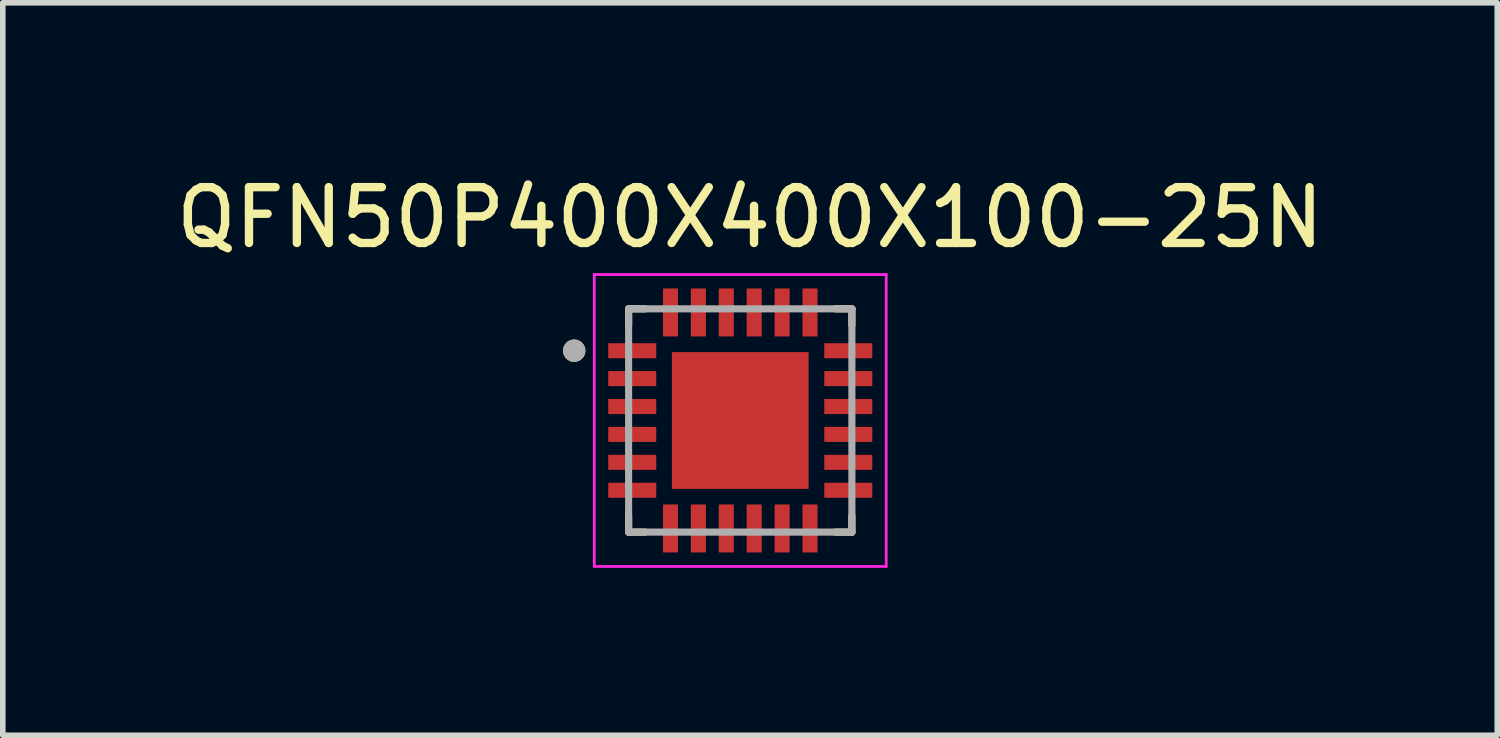
<source format=kicad_pcb>
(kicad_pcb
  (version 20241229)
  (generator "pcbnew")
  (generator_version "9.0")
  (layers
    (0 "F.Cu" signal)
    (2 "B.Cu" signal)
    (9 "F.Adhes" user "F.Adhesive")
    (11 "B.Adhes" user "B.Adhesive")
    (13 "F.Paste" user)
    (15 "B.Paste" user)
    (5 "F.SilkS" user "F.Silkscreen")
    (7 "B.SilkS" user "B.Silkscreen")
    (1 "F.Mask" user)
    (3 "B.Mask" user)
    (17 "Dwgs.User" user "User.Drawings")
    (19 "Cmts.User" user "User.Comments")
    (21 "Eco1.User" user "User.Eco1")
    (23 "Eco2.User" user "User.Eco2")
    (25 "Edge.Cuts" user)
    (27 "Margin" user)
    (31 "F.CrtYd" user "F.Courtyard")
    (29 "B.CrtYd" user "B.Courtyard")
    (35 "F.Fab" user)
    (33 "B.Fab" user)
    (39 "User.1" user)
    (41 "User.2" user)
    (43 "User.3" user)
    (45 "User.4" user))
  (footprint "QFN50P400X400X100-25N"
    (layer "F.Cu")
    (at 10.212 4.483)
    (property "Reference" "QFN50P400X400X100-25N" (at 0.175 -3.635 0) (layer "F.SilkS") (effects (font (size 1 1) (thickness 0.15))))
    (attr through_hole)
    (fp_line (start -2 -2) (end -2 -1.705) (stroke (width 0.127) (type solid)) (layer "F.SilkS"))
    (fp_line (start -2 -2) (end -1.705 -2) (stroke (width 0.127) (type solid)) (layer "F.SilkS"))
    (fp_line (start -2 2) (end -2 1.705) (stroke (width 0.127) (type solid)) (layer "F.SilkS"))
    (fp_line (start -2 2) (end -1.705 2) (stroke (width 0.127) (type solid)) (layer "F.SilkS"))
    (fp_line (start 2 -2) (end 1.705 -2) (stroke (width 0.127) (type solid)) (layer "F.SilkS"))
    (fp_line (start 2 -2) (end 2 -1.705) (stroke (width 0.127) (type solid)) (layer "F.SilkS"))
    (fp_line (start 2 2) (end 1.705 2) (stroke (width 0.127) (type solid)) (layer "F.SilkS"))
    (fp_line (start 2 2) (end 2 1.705) (stroke (width 0.127) (type solid)) (layer "F.SilkS"))
    (fp_circle (center -2.975 -1.25) (end -2.875 -1.25) (stroke (width 0.2) (type solid)) (fill no) (layer "F.SilkS"))
    (fp_poly (pts (xy -0.775 -0.775) (xy 0.775 -0.775) (xy 0.775 0.775) (xy -0.775 0.775)) (stroke (width 0.01) (type solid)) (fill yes) (layer "F.Paste"))
    (fp_line (start -2.615 -2.615) (end 2.615 -2.615) (stroke (width 0.05) (type solid)) (layer "F.CrtYd"))
    (fp_line (start -2.615 2.615) (end -2.615 -2.615) (stroke (width 0.05) (type solid)) (layer "F.CrtYd"))
    (fp_line (start -2.615 2.615) (end 2.615 2.615) (stroke (width 0.05) (type solid)) (layer "F.CrtYd"))
    (fp_line (start 2.615 2.615) (end 2.615 -2.615) (stroke (width 0.05) (type solid)) (layer "F.CrtYd"))
    (fp_line (start -2 2) (end -2 -2) (stroke (width 0.127) (type solid)) (layer "F.Fab"))
    (fp_line (start 2 -2) (end -2 -2) (stroke (width 0.127) (type solid)) (layer "F.Fab"))
    (fp_line (start 2 2) (end -2 2) (stroke (width 0.127) (type solid)) (layer "F.Fab"))
    (fp_line (start 2 2) (end 2 -2) (stroke (width 0.127) (type solid)) (layer "F.Fab"))
    (fp_circle (center -2.975 -1.25) (end -2.875 -1.25) (stroke (width 0.2) (type solid)) (fill no) (layer "F.Fab"))
    (pad "1" smd roundrect (at -1.935 -1.25) (size 0.86 0.27) (layers "F.Cu" "F.Mask" "F.Paste") (roundrect_rratio 0.03))
    (pad "2" smd roundrect (at -1.935 -0.75) (size 0.86 0.27) (layers "F.Cu" "F.Mask" "F.Paste") (roundrect_rratio 0.03))
    (pad "3" smd roundrect (at -1.935 -0.25) (size 0.86 0.27) (layers "F.Cu" "F.Mask" "F.Paste") (roundrect_rratio 0.03))
    (pad "4" smd roundrect (at -1.935 0.25) (size 0.86 0.27) (layers "F.Cu" "F.Mask" "F.Paste") (roundrect_rratio 0.03))
    (pad "5" smd roundrect (at -1.935 0.75) (size 0.86 0.27) (layers "F.Cu" "F.Mask" "F.Paste") (roundrect_rratio 0.03))
    (pad "6" smd roundrect (at -1.935 1.25) (size 0.86 0.27) (layers "F.Cu" "F.Mask" "F.Paste") (roundrect_rratio 0.03))
    (pad "7" smd roundrect (at -1.25 1.935 90) (size 0.86 0.27) (layers "F.Cu" "F.Mask" "F.Paste") (roundrect_rratio 0.03))
    (pad "8" smd roundrect (at -0.75 1.935 90) (size 0.86 0.27) (layers "F.Cu" "F.Mask" "F.Paste") (roundrect_rratio 0.03))
    (pad "9" smd roundrect (at -0.25 1.935 90) (size 0.86 0.27) (layers "F.Cu" "F.Mask" "F.Paste") (roundrect_rratio 0.03))
    (pad "10" smd roundrect (at 0.25 1.935 90) (size 0.86 0.27) (layers "F.Cu" "F.Mask" "F.Paste") (roundrect_rratio 0.03))
    (pad "11" smd roundrect (at 0.75 1.935 90) (size 0.86 0.27) (layers "F.Cu" "F.Mask" "F.Paste") (roundrect_rratio 0.03))
    (pad "12" smd roundrect (at 1.25 1.935 90) (size 0.86 0.27) (layers "F.Cu" "F.Mask" "F.Paste") (roundrect_rratio 0.03))
    (pad "13" smd roundrect (at 1.935 1.25) (size 0.86 0.27) (layers "F.Cu" "F.Mask" "F.Paste") (roundrect_rratio 0.03))
    (pad "14" smd roundrect (at 1.935 0.75) (size 0.86 0.27) (layers "F.Cu" "F.Mask" "F.Paste") (roundrect_rratio 0.03))
    (pad "15" smd roundrect (at 1.935 0.25) (size 0.86 0.27) (layers "F.Cu" "F.Mask" "F.Paste") (roundrect_rratio 0.03))
    (pad "16" smd roundrect (at 1.935 -0.25) (size 0.86 0.27) (layers "F.Cu" "F.Mask" "F.Paste") (roundrect_rratio 0.03))
    (pad "17" smd roundrect (at 1.935 -0.75) (size 0.86 0.27) (layers "F.Cu" "F.Mask" "F.Paste") (roundrect_rratio 0.03))
    (pad "18" smd roundrect (at 1.935 -1.25) (size 0.86 0.27) (layers "F.Cu" "F.Mask" "F.Paste") (roundrect_rratio 0.03))
    (pad "19" smd roundrect (at 1.25 -1.935 90) (size 0.86 0.27) (layers "F.Cu" "F.Mask" "F.Paste") (roundrect_rratio 0.03))
    (pad "20" smd roundrect (at 0.75 -1.935 90) (size 0.86 0.27) (layers "F.Cu" "F.Mask" "F.Paste") (roundrect_rratio 0.03))
    (pad "21" smd roundrect (at 0.25 -1.935 90) (size 0.86 0.27) (layers "F.Cu" "F.Mask" "F.Paste") (roundrect_rratio 0.03))
    (pad "22" smd roundrect (at -0.25 -1.935 90) (size 0.86 0.27) (layers "F.Cu" "F.Mask" "F.Paste") (roundrect_rratio 0.03))
    (pad "23" smd roundrect (at -0.75 -1.935 90) (size 0.86 0.27) (layers "F.Cu" "F.Mask" "F.Paste") (roundrect_rratio 0.03))
    (pad "24" smd roundrect (at -1.25 -1.935 90) (size 0.86 0.27) (layers "F.Cu" "F.Mask" "F.Paste") (roundrect_rratio 0.03))
    (pad "25" smd rect (at 0 0) (size 2.45 2.45) (layers "F.Cu" "F.Mask")))
  (gr_rect
    (start -3 -3)
    (end 23.774 10.123)
    (stroke (width 0.1) (type default))
    (fill no)
    (layer "Edge.Cuts")))
</source>
